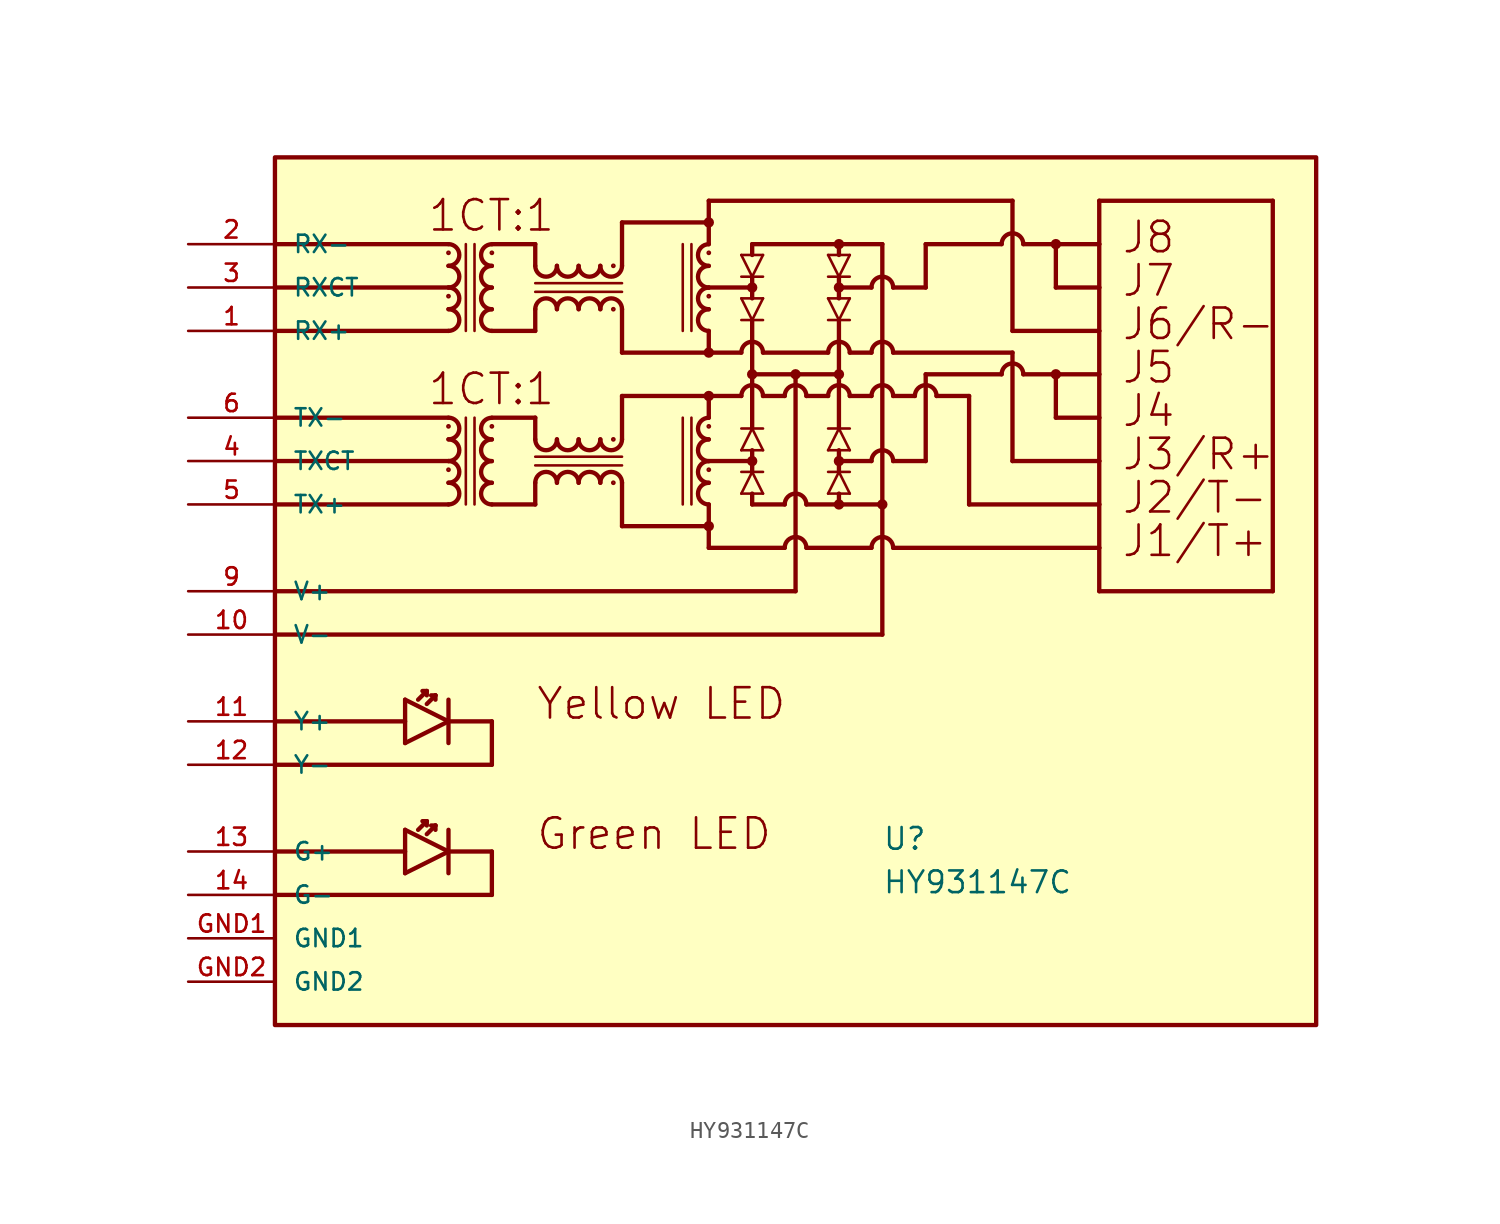
<source format=kicad_sym>
(kicad_symbol_lib
  (version 20211014)
  (generator kicad_symbol_editor)
  (symbol "HY931147C"
    (pin_names
      (offset 1.016))
    (property "Reference" "U"
      (at 7.62 -17.78 0)
      (effects (font (size 1.27 1.27)) (justify left bottom)))
    (property "Value" "HY931147C"
      (at 7.62 -20.32 0)
      (effects (font (size 1.27 1.27)) (justify left bottom)))
    (symbol "HY931147C_0_0"
      (rectangle (start -27.94 -27.94) (end 33.02 22.86) (stroke (width 0.254) (type default) (color 0 0 0 0)) (fill (type background)))
      (arc (start -17.78 2.54) (mid -17.145 3.175) (end -17.78 3.81) (stroke (width 0.254) (type default) (color 0 0 0 0)) (fill (type none)))
      (arc (start -17.78 3.81) (mid -17.145 4.445) (end -17.78 5.08) (stroke (width 0.254) (type default) (color 0 0 0 0)) (fill (type none)))
      (circle (center -17.78 4.572) (radius 0.076) (stroke (width 0.127) (type default) (color 0 0 0 0)) (fill (type none)))
      (arc (start -17.78 5.08) (mid -17.145 5.715) (end -17.78 6.35) (stroke (width 0.254) (type default) (color 0 0 0 0)) (fill (type none)))
      (arc (start -17.78 6.35) (mid -17.145 6.985) (end -17.78 7.62) (stroke (width 0.254) (type default) (color 0 0 0 0)) (fill (type none)))
      (circle (center -17.78 7.112) (radius 0.076) (stroke (width 0.127) (type default) (color 0 0 0 0)) (fill (type none)))
      (arc (start -17.78 12.7) (mid -17.145 13.335) (end -17.78 13.97) (stroke (width 0.254) (type default) (color 0 0 0 0)) (fill (type none)))
      (arc (start -17.78 13.97) (mid -17.145 14.605) (end -17.78 15.24) (stroke (width 0.254) (type default) (color 0 0 0 0)) (fill (type none)))
      (circle (center -17.78 14.732) (radius 0.076) (stroke (width 0.127) (type default) (color 0 0 0 0)) (fill (type none)))
      (arc (start -17.78 15.24) (mid -17.145 15.875) (end -17.78 16.51) (stroke (width 0.254) (type default) (color 0 0 0 0)) (fill (type none)))
      (arc (start -17.78 16.51) (mid -17.145 17.145) (end -17.78 17.78) (stroke (width 0.254) (type default) (color 0 0 0 0)) (fill (type none)))
      (circle (center -17.78 17.272) (radius 0.076) (stroke (width 0.127) (type default) (color 0 0 0 0)) (fill (type none)))
      (arc (start -15.24 3.81) (mid -15.875 3.175) (end -15.24 2.54) (stroke (width 0.254) (type default) (color 0 0 0 0)) (fill (type none)))
      (arc (start -15.24 5.08) (mid -15.875 4.445) (end -15.24 3.81) (stroke (width 0.254) (type default) (color 0 0 0 0)) (fill (type none)))
      (arc (start -15.24 6.35) (mid -15.875 5.715) (end -15.24 5.08) (stroke (width 0.254) (type default) (color 0 0 0 0)) (fill (type none)))
      (circle (center -15.24 7.112) (radius 0.076) (stroke (width 0.127) (type default) (color 0 0 0 0)) (fill (type none)))
      (arc (start -15.24 7.62) (mid -15.875 6.985) (end -15.24 6.35) (stroke (width 0.254) (type default) (color 0 0 0 0)) (fill (type none)))
      (arc (start -15.24 13.97) (mid -15.875 13.335) (end -15.24 12.7) (stroke (width 0.254) (type default) (color 0 0 0 0)) (fill (type none)))
      (arc (start -15.24 15.24) (mid -15.875 14.605) (end -15.24 13.97) (stroke (width 0.254) (type default) (color 0 0 0 0)) (fill (type none)))
      (arc (start -15.24 16.51) (mid -15.875 15.875) (end -15.24 15.24) (stroke (width 0.254) (type default) (color 0 0 0 0)) (fill (type none)))
      (circle (center -15.24 17.272) (radius 0.076) (stroke (width 0.127) (type default) (color 0 0 0 0)) (fill (type none)))
      (arc (start -15.24 17.78) (mid -15.875 17.145) (end -15.24 16.51) (stroke (width 0.254) (type default) (color 0 0 0 0)) (fill (type none)))
      (arc (start -12.7 6.35) (mid -12.065 5.715) (end -11.43 6.35) (stroke (width 0.254) (type default) (color 0 0 0 0)) (fill (type none)))
      (arc (start -12.7 16.51) (mid -12.065 15.875) (end -11.43 16.51) (stroke (width 0.254) (type default) (color 0 0 0 0)) (fill (type none)))
      (arc (start -11.43 3.81) (mid -12.065 4.445) (end -12.7 3.81) (stroke (width 0.254) (type default) (color 0 0 0 0)) (fill (type none)))
      (arc (start -11.43 6.35) (mid -10.795 5.715) (end -10.16 6.35) (stroke (width 0.254) (type default) (color 0 0 0 0)) (fill (type none)))
      (arc (start -11.43 13.97) (mid -12.065 14.605) (end -12.7 13.97) (stroke (width 0.254) (type default) (color 0 0 0 0)) (fill (type none)))
      (arc (start -11.43 16.51) (mid -10.795 15.875) (end -10.16 16.51) (stroke (width 0.254) (type default) (color 0 0 0 0)) (fill (type none)))
      (arc (start -10.16 3.81) (mid -10.795 4.445) (end -11.43 3.81) (stroke (width 0.254) (type default) (color 0 0 0 0)) (fill (type none)))
      (arc (start -10.16 6.35) (mid -9.525 5.715) (end -8.89 6.35) (stroke (width 0.254) (type default) (color 0 0 0 0)) (fill (type none)))
      (arc (start -10.16 13.97) (mid -10.795 14.605) (end -11.43 13.97) (stroke (width 0.254) (type default) (color 0 0 0 0)) (fill (type none)))
      (arc (start -10.16 16.51) (mid -9.525 15.875) (end -8.89 16.51) (stroke (width 0.254) (type default) (color 0 0 0 0)) (fill (type none)))
      (arc (start -8.89 3.81) (mid -9.525 4.445) (end -10.16 3.81) (stroke (width 0.254) (type default) (color 0 0 0 0)) (fill (type none)))
      (arc (start -8.89 6.35) (mid -8.255 5.715) (end -7.62 6.35) (stroke (width 0.254) (type default) (color 0 0 0 0)) (fill (type none)))
      (arc (start -8.89 13.97) (mid -9.525 14.605) (end -10.16 13.97) (stroke (width 0.254) (type default) (color 0 0 0 0)) (fill (type none)))
      (arc (start -8.89 16.51) (mid -8.255 15.875) (end -7.62 16.51) (stroke (width 0.254) (type default) (color 0 0 0 0)) (fill (type none)))
      (circle (center -8.128 3.81) (radius 0.076) (stroke (width 0.127) (type default) (color 0 0 0 0)) (fill (type none)))
      (circle (center -8.128 6.35) (radius 0.076) (stroke (width 0.127) (type default) (color 0 0 0 0)) (fill (type none)))
      (circle (center -8.128 13.97) (radius 0.076) (stroke (width 0.127) (type default) (color 0 0 0 0)) (fill (type none)))
      (circle (center -8.128 16.51) (radius 0.076) (stroke (width 0.127) (type default) (color 0 0 0 0)) (fill (type none)))
      (arc (start -7.62 3.81) (mid -8.255 4.445) (end -8.89 3.81) (stroke (width 0.254) (type default) (color 0 0 0 0)) (fill (type none)))
      (arc (start -7.62 13.97) (mid -8.255 14.605) (end -8.89 13.97) (stroke (width 0.254) (type default) (color 0 0 0 0)) (fill (type none)))
      (circle (center -2.54 1.27) (radius 0.203) (stroke (width 0.203) (type default) (color 0 0 0 0)) (fill (type none)))
      (arc (start -2.54 3.81) (mid -3.175 3.175) (end -2.54 2.54) (stroke (width 0.254) (type default) (color 0 0 0 0)) (fill (type none)))
      (circle (center -2.54 4.572) (radius 0.076) (stroke (width 0.127) (type default) (color 0 0 0 0)) (fill (type none)))
      (arc (start -2.54 5.08) (mid -3.175 4.445) (end -2.54 3.81) (stroke (width 0.254) (type default) (color 0 0 0 0)) (fill (type none)))
      (arc (start -2.54 6.35) (mid -3.175 5.715) (end -2.54 5.08) (stroke (width 0.254) (type default) (color 0 0 0 0)) (fill (type none)))
      (circle (center -2.54 7.112) (radius 0.076) (stroke (width 0.127) (type default) (color 0 0 0 0)) (fill (type none)))
      (arc (start -2.54 7.62) (mid -3.175 6.985) (end -2.54 6.35) (stroke (width 0.254) (type default) (color 0 0 0 0)) (fill (type none)))
      (circle (center -2.54 8.89) (radius 0.203) (stroke (width 0.203) (type default) (color 0 0 0 0)) (fill (type none)))
      (circle (center -2.54 11.43) (radius 0.203) (stroke (width 0.203) (type default) (color 0 0 0 0)) (fill (type none)))
      (arc (start -2.54 13.97) (mid -3.175 13.335) (end -2.54 12.7) (stroke (width 0.254) (type default) (color 0 0 0 0)) (fill (type none)))
      (circle (center -2.54 14.732) (radius 0.076) (stroke (width 0.127) (type default) (color 0 0 0 0)) (fill (type none)))
      (arc (start -2.54 15.24) (mid -3.175 14.605) (end -2.54 13.97) (stroke (width 0.254) (type default) (color 0 0 0 0)) (fill (type none)))
      (arc (start -2.54 16.51) (mid -3.175 15.875) (end -2.54 15.24) (stroke (width 0.254) (type default) (color 0 0 0 0)) (fill (type none)))
      (circle (center -2.54 17.272) (radius 0.076) (stroke (width 0.127) (type default) (color 0 0 0 0)) (fill (type none)))
      (arc (start -2.54 17.78) (mid -3.175 17.145) (end -2.54 16.51) (stroke (width 0.254) (type default) (color 0 0 0 0)) (fill (type none)))
      (circle (center -2.54 19.05) (radius 0.203) (stroke (width 0.203) (type default) (color 0 0 0 0)) (fill (type none)))
      (polyline (pts (xy -27.94 -20.32) (xy -15.24 -20.32)) (stroke (width 0.254) (type default) (color 0 0 0 0)) (fill (type none)))
      (polyline (pts (xy -27.94 -17.78) (xy -20.32 -17.78)) (stroke (width 0.254) (type default) (color 0 0 0 0)) (fill (type none)))
      (polyline (pts (xy -27.94 -12.7) (xy -15.24 -12.7)) (stroke (width 0.254) (type default) (color 0 0 0 0)) (fill (type none)))
      (polyline (pts (xy -27.94 -10.16) (xy -20.32 -10.16)) (stroke (width 0.254) (type default) (color 0 0 0 0)) (fill (type none)))
      (polyline (pts (xy -27.94 -5.08) (xy 7.62 -5.08)) (stroke (width 0.254) (type default) (color 0 0 0 0)) (fill (type none)))
      (polyline (pts (xy -27.94 -2.54) (xy 2.54 -2.54)) (stroke (width 0.254) (type default) (color 0 0 0 0)) (fill (type none)))
      (polyline (pts (xy -27.94 2.54) (xy -17.78 2.54)) (stroke (width 0.254) (type default) (color 0 0 0 0)) (fill (type none)))
      (polyline (pts (xy -27.94 5.08) (xy -17.78 5.08)) (stroke (width 0.254) (type default) (color 0 0 0 0)) (fill (type none)))
      (polyline (pts (xy -27.94 15.24) (xy -17.78 15.24)) (stroke (width 0.254) (type default) (color 0 0 0 0)) (fill (type none)))
      (polyline (pts (xy -27.94 17.78) (xy -17.78 17.78)) (stroke (width 0.254) (type default) (color 0 0 0 0)) (fill (type none)))
      (polyline (pts (xy -20.32 -19.05) (xy -17.78 -17.78)) (stroke (width 0.254) (type default) (color 0 0 0 0)) (fill (type none)))
      (polyline (pts (xy -20.32 -16.51) (xy -20.32 -19.05)) (stroke (width 0.254) (type default) (color 0 0 0 0)) (fill (type none)))
      (polyline (pts (xy -20.32 -11.43) (xy -17.78 -10.16)) (stroke (width 0.254) (type default) (color 0 0 0 0)) (fill (type none)))
      (polyline (pts (xy -20.32 -8.89) (xy -20.32 -11.43)) (stroke (width 0.254) (type default) (color 0 0 0 0)) (fill (type none)))
      (polyline (pts (xy -19.558 -16.51) (xy -19.05 -16.002)) (stroke (width 0.254) (type default) (color 0 0 0 0)) (fill (type none)))
      (polyline (pts (xy -19.558 -8.89) (xy -19.05 -8.382)) (stroke (width 0.254) (type default) (color 0 0 0 0)) (fill (type none)))
      (polyline (pts (xy -19.05 -16.764) (xy -18.542 -16.256)) (stroke (width 0.254) (type default) (color 0 0 0 0)) (fill (type none)))
      (polyline (pts (xy -19.05 -16.256) (xy -19.05 -16.002)) (stroke (width 0.254) (type default) (color 0 0 0 0)) (fill (type none)))
      (polyline (pts (xy -19.05 -16.002) (xy -19.304 -16.002)) (stroke (width 0.254) (type default) (color 0 0 0 0)) (fill (type none)))
      (polyline (pts (xy -19.05 -9.144) (xy -18.542 -8.636)) (stroke (width 0.254) (type default) (color 0 0 0 0)) (fill (type none)))
      (polyline (pts (xy -19.05 -8.636) (xy -19.05 -8.382)) (stroke (width 0.254) (type default) (color 0 0 0 0)) (fill (type none)))
      (polyline (pts (xy -19.05 -8.382) (xy -19.304 -8.382)) (stroke (width 0.254) (type default) (color 0 0 0 0)) (fill (type none)))
      (polyline (pts (xy -18.796 -16.256) (xy -18.542 -16.256)) (stroke (width 0.254) (type default) (color 0 0 0 0)) (fill (type none)))
      (polyline (pts (xy -18.796 -8.636) (xy -18.542 -8.636)) (stroke (width 0.254) (type default) (color 0 0 0 0)) (fill (type none)))
      (polyline (pts (xy -18.542 -16.256) (xy -18.542 -16.51)) (stroke (width 0.254) (type default) (color 0 0 0 0)) (fill (type none)))
      (polyline (pts (xy -18.542 -8.636) (xy -18.542 -8.89)) (stroke (width 0.254) (type default) (color 0 0 0 0)) (fill (type none)))
      (polyline (pts (xy -17.78 -17.78) (xy -20.32 -16.51)) (stroke (width 0.254) (type default) (color 0 0 0 0)) (fill (type none)))
      (polyline (pts (xy -17.78 -17.78) (xy -17.78 -19.05)) (stroke (width 0.254) (type default) (color 0 0 0 0)) (fill (type none)))
      (polyline (pts (xy -17.78 -16.51) (xy -17.78 -17.78)) (stroke (width 0.254) (type default) (color 0 0 0 0)) (fill (type none)))
      (polyline (pts (xy -17.78 -10.16) (xy -20.32 -8.89)) (stroke (width 0.254) (type default) (color 0 0 0 0)) (fill (type none)))
      (polyline (pts (xy -17.78 -10.16) (xy -17.78 -11.43)) (stroke (width 0.254) (type default) (color 0 0 0 0)) (fill (type none)))
      (polyline (pts (xy -17.78 -8.89) (xy -17.78 -10.16)) (stroke (width 0.254) (type default) (color 0 0 0 0)) (fill (type none)))
      (polyline (pts (xy -17.78 7.62) (xy -27.94 7.62)) (stroke (width 0.254) (type default) (color 0 0 0 0)) (fill (type none)))
      (polyline (pts (xy -17.78 12.7) (xy -27.94 12.7)) (stroke (width 0.254) (type default) (color 0 0 0 0)) (fill (type none)))
      (polyline (pts (xy -16.764 2.54) (xy -16.764 7.62)) (stroke (width 0.152) (type default) (color 0 0 0 0)) (fill (type none)))
      (polyline (pts (xy -16.764 12.7) (xy -16.764 17.78)) (stroke (width 0.152) (type default) (color 0 0 0 0)) (fill (type none)))
      (polyline (pts (xy -16.256 2.54) (xy -16.256 7.62)) (stroke (width 0.152) (type default) (color 0 0 0 0)) (fill (type none)))
      (polyline (pts (xy -16.256 12.7) (xy -16.256 17.78)) (stroke (width 0.152) (type default) (color 0 0 0 0)) (fill (type none)))
      (polyline (pts (xy -15.24 -20.32) (xy -15.24 -17.78)) (stroke (width 0.254) (type default) (color 0 0 0 0)) (fill (type none)))
      (polyline (pts (xy -15.24 -17.78) (xy -17.78 -17.78)) (stroke (width 0.254) (type default) (color 0 0 0 0)) (fill (type none)))
      (polyline (pts (xy -15.24 -12.7) (xy -15.24 -10.16)) (stroke (width 0.254) (type default) (color 0 0 0 0)) (fill (type none)))
      (polyline (pts (xy -15.24 -10.16) (xy -17.78 -10.16)) (stroke (width 0.254) (type default) (color 0 0 0 0)) (fill (type none)))
      (polyline (pts (xy -15.24 2.54) (xy -12.7 2.54)) (stroke (width 0.254) (type default) (color 0 0 0 0)) (fill (type none)))
      (polyline (pts (xy -15.24 7.62) (xy -12.7 7.62)) (stroke (width 0.254) (type default) (color 0 0 0 0)) (fill (type none)))
      (polyline (pts (xy -15.24 12.7) (xy -12.7 12.7)) (stroke (width 0.254) (type default) (color 0 0 0 0)) (fill (type none)))
      (polyline (pts (xy -15.24 17.78) (xy -12.7 17.78)) (stroke (width 0.254) (type default) (color 0 0 0 0)) (fill (type none)))
      (polyline (pts (xy -12.7 2.54) (xy -12.7 3.81)) (stroke (width 0.254) (type default) (color 0 0 0 0)) (fill (type none)))
      (polyline (pts (xy -12.7 4.826) (xy -7.62 4.826)) (stroke (width 0.152) (type default) (color 0 0 0 0)) (fill (type none)))
      (polyline (pts (xy -12.7 5.334) (xy -7.62 5.334)) (stroke (width 0.152) (type default) (color 0 0 0 0)) (fill (type none)))
      (polyline (pts (xy -12.7 7.62) (xy -12.7 6.35)) (stroke (width 0.254) (type default) (color 0 0 0 0)) (fill (type none)))
      (polyline (pts (xy -12.7 12.7) (xy -12.7 13.97)) (stroke (width 0.254) (type default) (color 0 0 0 0)) (fill (type none)))
      (polyline (pts (xy -12.7 14.986) (xy -7.62 14.986)) (stroke (width 0.152) (type default) (color 0 0 0 0)) (fill (type none)))
      (polyline (pts (xy -12.7 15.494) (xy -7.62 15.494)) (stroke (width 0.152) (type default) (color 0 0 0 0)) (fill (type none)))
      (polyline (pts (xy -12.7 17.78) (xy -12.7 16.51)) (stroke (width 0.254) (type default) (color 0 0 0 0)) (fill (type none)))
      (polyline (pts (xy -7.62 1.27) (xy -2.54 1.27)) (stroke (width 0.254) (type default) (color 0 0 0 0)) (fill (type none)))
      (polyline (pts (xy -7.62 3.81) (xy -7.62 1.27)) (stroke (width 0.254) (type default) (color 0 0 0 0)) (fill (type none)))
      (polyline (pts (xy -7.62 6.35) (xy -7.62 8.89)) (stroke (width 0.254) (type default) (color 0 0 0 0)) (fill (type none)))
      (polyline (pts (xy -7.62 8.89) (xy -2.54 8.89)) (stroke (width 0.254) (type default) (color 0 0 0 0)) (fill (type none)))
      (polyline (pts (xy -7.62 11.43) (xy -2.54 11.43)) (stroke (width 0.254) (type default) (color 0 0 0 0)) (fill (type none)))
      (polyline (pts (xy -7.62 13.97) (xy -7.62 11.43)) (stroke (width 0.254) (type default) (color 0 0 0 0)) (fill (type none)))
      (polyline (pts (xy -7.62 16.51) (xy -7.62 19.05)) (stroke (width 0.254) (type default) (color 0 0 0 0)) (fill (type none)))
      (polyline (pts (xy -7.62 19.05) (xy -2.54 19.05)) (stroke (width 0.254) (type default) (color 0 0 0 0)) (fill (type none)))
      (polyline (pts (xy -4.064 7.62) (xy -4.064 2.54)) (stroke (width 0.152) (type default) (color 0 0 0 0)) (fill (type none)))
      (polyline (pts (xy -4.064 17.78) (xy -4.064 12.7)) (stroke (width 0.152) (type default) (color 0 0 0 0)) (fill (type none)))
      (polyline (pts (xy -3.556 7.62) (xy -3.556 2.54)) (stroke (width 0.152) (type default) (color 0 0 0 0)) (fill (type none)))
      (polyline (pts (xy -3.556 17.78) (xy -3.556 12.7)) (stroke (width 0.152) (type default) (color 0 0 0 0)) (fill (type none)))
      (polyline (pts (xy -2.54 0) (xy 1.905 0)) (stroke (width 0.254) (type default) (color 0 0 0 0)) (fill (type none)))
      (polyline (pts (xy -2.54 1.27) (xy -2.54 0)) (stroke (width 0.254) (type default) (color 0 0 0 0)) (fill (type none)))
      (polyline (pts (xy -2.54 1.27) (xy -2.54 2.54)) (stroke (width 0.254) (type default) (color 0 0 0 0)) (fill (type none)))
      (polyline (pts (xy -2.54 8.89) (xy -2.54 7.62)) (stroke (width 0.254) (type default) (color 0 0 0 0)) (fill (type none)))
      (polyline (pts (xy -2.54 8.89) (xy -0.635 8.89)) (stroke (width 0.254) (type default) (color 0 0 0 0)) (fill (type none)))
      (polyline (pts (xy -2.54 12.7) (xy -2.54 11.43)) (stroke (width 0.254) (type default) (color 0 0 0 0)) (fill (type none)))
      (polyline (pts (xy -2.54 19.05) (xy -2.54 17.78)) (stroke (width 0.254) (type default) (color 0 0 0 0)) (fill (type none)))
      (polyline (pts (xy -2.54 19.05) (xy -2.54 20.32)) (stroke (width 0.254) (type default) (color 0 0 0 0)) (fill (type none)))
      (polyline (pts (xy -2.54 20.32) (xy 15.24 20.32)) (stroke (width 0.254) (type default) (color 0 0 0 0)) (fill (type none)))
      (polyline (pts (xy -0.635 3.175) (xy 0 3.175)) (stroke (width 0.152) (type default) (color 0 0 0 0)) (fill (type none)))
      (polyline (pts (xy -0.635 4.445) (xy 0 4.445)) (stroke (width 0.152) (type default) (color 0 0 0 0)) (fill (type none)))
      (polyline (pts (xy -0.635 5.715) (xy 0 5.715)) (stroke (width 0.152) (type default) (color 0 0 0 0)) (fill (type none)))
      (polyline (pts (xy -0.635 6.985) (xy 0 6.985)) (stroke (width 0.152) (type default) (color 0 0 0 0)) (fill (type none)))
      (polyline (pts (xy -0.635 11.43) (xy -2.54 11.43)) (stroke (width 0.254) (type default) (color 0 0 0 0)) (fill (type none)))
      (polyline (pts (xy -0.635 14.605) (xy 0 13.335)) (stroke (width 0.152) (type default) (color 0 0 0 0)) (fill (type none)))
      (polyline (pts (xy -0.635 17.145) (xy 0 15.875)) (stroke (width 0.152) (type default) (color 0 0 0 0)) (fill (type none)))
      (polyline (pts (xy 0 2.54) (xy 1.905 2.54)) (stroke (width 0.254) (type default) (color 0 0 0 0)) (fill (type none)))
      (polyline (pts (xy 0 3.175) (xy 0 2.54)) (stroke (width 0.254) (type default) (color 0 0 0 0)) (fill (type none)))
      (polyline (pts (xy 0 3.175) (xy 0.635 3.175)) (stroke (width 0.152) (type default) (color 0 0 0 0)) (fill (type none)))
      (polyline (pts (xy 0 4.445) (xy -0.635 3.175)) (stroke (width 0.152) (type default) (color 0 0 0 0)) (fill (type none)))
      (polyline (pts (xy 0 4.445) (xy 0 5.08)) (stroke (width 0.254) (type default) (color 0 0 0 0)) (fill (type none)))
      (polyline (pts (xy 0 4.445) (xy 0.635 4.445)) (stroke (width 0.152) (type default) (color 0 0 0 0)) (fill (type none)))
      (polyline (pts (xy 0 5.08) (xy -2.54 5.08)) (stroke (width 0.254) (type default) (color 0 0 0 0)) (fill (type none)))
      (polyline (pts (xy 0 5.08) (xy 0 5.715)) (stroke (width 0.254) (type default) (color 0 0 0 0)) (fill (type none)))
      (polyline (pts (xy 0 5.715) (xy 0.635 5.715)) (stroke (width 0.152) (type default) (color 0 0 0 0)) (fill (type none)))
      (polyline (pts (xy 0 6.985) (xy -0.635 5.715)) (stroke (width 0.152) (type default) (color 0 0 0 0)) (fill (type none)))
      (polyline (pts (xy 0 6.985) (xy 0.635 6.985)) (stroke (width 0.152) (type default) (color 0 0 0 0)) (fill (type none)))
      (polyline (pts (xy 0 10.16) (xy 0 6.985)) (stroke (width 0.254) (type default) (color 0 0 0 0)) (fill (type none)))
      (polyline (pts (xy 0 10.16) (xy 2.54 10.16)) (stroke (width 0.254) (type default) (color 0 0 0 0)) (fill (type none)))
      (polyline (pts (xy 0 13.335) (xy -0.635 13.335)) (stroke (width 0.152) (type default) (color 0 0 0 0)) (fill (type none)))
      (polyline (pts (xy 0 13.335) (xy 0 10.16)) (stroke (width 0.254) (type default) (color 0 0 0 0)) (fill (type none)))
      (polyline (pts (xy 0 13.335) (xy 0.635 14.605)) (stroke (width 0.152) (type default) (color 0 0 0 0)) (fill (type none)))
      (polyline (pts (xy 0 14.605) (xy -0.635 14.605)) (stroke (width 0.152) (type default) (color 0 0 0 0)) (fill (type none)))
      (polyline (pts (xy 0 15.24) (xy -2.54 15.24)) (stroke (width 0.254) (type default) (color 0 0 0 0)) (fill (type none)))
      (polyline (pts (xy 0 15.24) (xy 0 14.605)) (stroke (width 0.254) (type default) (color 0 0 0 0)) (fill (type none)))
      (polyline (pts (xy 0 15.875) (xy -0.635 15.875)) (stroke (width 0.152) (type default) (color 0 0 0 0)) (fill (type none)))
      (polyline (pts (xy 0 15.875) (xy 0 15.24)) (stroke (width 0.254) (type default) (color 0 0 0 0)) (fill (type none)))
      (polyline (pts (xy 0 15.875) (xy 0.635 17.145)) (stroke (width 0.152) (type default) (color 0 0 0 0)) (fill (type none)))
      (polyline (pts (xy 0 17.145) (xy -0.635 17.145)) (stroke (width 0.152) (type default) (color 0 0 0 0)) (fill (type none)))
      (polyline (pts (xy 0 17.145) (xy 0 17.78)) (stroke (width 0.254) (type default) (color 0 0 0 0)) (fill (type none)))
      (polyline (pts (xy 0 17.78) (xy 5.08 17.78)) (stroke (width 0.254) (type default) (color 0 0 0 0)) (fill (type none)))
      (polyline (pts (xy 0.635 3.175) (xy 0 4.445)) (stroke (width 0.152) (type default) (color 0 0 0 0)) (fill (type none)))
      (polyline (pts (xy 0.635 5.715) (xy 0 6.985)) (stroke (width 0.152) (type default) (color 0 0 0 0)) (fill (type none)))
      (polyline (pts (xy 0.635 8.89) (xy 1.905 8.89)) (stroke (width 0.254) (type default) (color 0 0 0 0)) (fill (type none)))
      (polyline (pts (xy 0.635 11.43) (xy 4.445 11.43)) (stroke (width 0.254) (type default) (color 0 0 0 0)) (fill (type none)))
      (polyline (pts (xy 0.635 13.335) (xy 0 13.335)) (stroke (width 0.152) (type default) (color 0 0 0 0)) (fill (type none)))
      (polyline (pts (xy 0.635 14.605) (xy 0 14.605)) (stroke (width 0.152) (type default) (color 0 0 0 0)) (fill (type none)))
      (polyline (pts (xy 0.635 15.875) (xy 0 15.875)) (stroke (width 0.152) (type default) (color 0 0 0 0)) (fill (type none)))
      (polyline (pts (xy 0.635 17.145) (xy 0 17.145)) (stroke (width 0.152) (type default) (color 0 0 0 0)) (fill (type none)))
      (polyline (pts (xy 2.54 -2.54) (xy 2.54 10.16)) (stroke (width 0.254) (type default) (color 0 0 0 0)) (fill (type none)))
      (polyline (pts (xy 2.54 10.16) (xy 5.08 10.16)) (stroke (width 0.254) (type default) (color 0 0 0 0)) (fill (type none)))
      (polyline (pts (xy 3.175 0) (xy 6.985 0)) (stroke (width 0.254) (type default) (color 0 0 0 0)) (fill (type none)))
      (polyline (pts (xy 3.175 2.54) (xy 5.08 2.54)) (stroke (width 0.254) (type default) (color 0 0 0 0)) (fill (type none)))
      (polyline (pts (xy 3.175 8.89) (xy 4.445 8.89)) (stroke (width 0.254) (type default) (color 0 0 0 0)) (fill (type none)))
      (polyline (pts (xy 4.445 3.175) (xy 5.08 3.175)) (stroke (width 0.152) (type default) (color 0 0 0 0)) (fill (type none)))
      (polyline (pts (xy 4.445 4.445) (xy 5.08 4.445)) (stroke (width 0.152) (type default) (color 0 0 0 0)) (fill (type none)))
      (polyline (pts (xy 4.445 5.715) (xy 5.08 5.715)) (stroke (width 0.152) (type default) (color 0 0 0 0)) (fill (type none)))
      (polyline (pts (xy 4.445 6.985) (xy 5.08 6.985)) (stroke (width 0.152) (type default) (color 0 0 0 0)) (fill (type none)))
      (polyline (pts (xy 4.445 14.605) (xy 5.08 13.335)) (stroke (width 0.152) (type default) (color 0 0 0 0)) (fill (type none)))
      (polyline (pts (xy 4.445 17.145) (xy 5.08 15.875)) (stroke (width 0.152) (type default) (color 0 0 0 0)) (fill (type none)))
      (polyline (pts (xy 5.08 2.54) (xy 7.62 2.54)) (stroke (width 0.254) (type default) (color 0 0 0 0)) (fill (type none)))
      (polyline (pts (xy 5.08 3.175) (xy 5.08 2.54)) (stroke (width 0.254) (type default) (color 0 0 0 0)) (fill (type none)))
      (polyline (pts (xy 5.08 3.175) (xy 5.715 3.175)) (stroke (width 0.152) (type default) (color 0 0 0 0)) (fill (type none)))
      (polyline (pts (xy 5.08 4.445) (xy 4.445 3.175)) (stroke (width 0.152) (type default) (color 0 0 0 0)) (fill (type none)))
      (polyline (pts (xy 5.08 4.445) (xy 5.08 5.08)) (stroke (width 0.254) (type default) (color 0 0 0 0)) (fill (type none)))
      (polyline (pts (xy 5.08 4.445) (xy 5.715 4.445)) (stroke (width 0.152) (type default) (color 0 0 0 0)) (fill (type none)))
      (polyline (pts (xy 5.08 5.08) (xy 5.08 5.715)) (stroke (width 0.254) (type default) (color 0 0 0 0)) (fill (type none)))
      (polyline (pts (xy 5.08 5.08) (xy 6.985 5.08)) (stroke (width 0.254) (type default) (color 0 0 0 0)) (fill (type none)))
      (polyline (pts (xy 5.08 5.715) (xy 5.715 5.715)) (stroke (width 0.152) (type default) (color 0 0 0 0)) (fill (type none)))
      (polyline (pts (xy 5.08 6.985) (xy 4.445 5.715)) (stroke (width 0.152) (type default) (color 0 0 0 0)) (fill (type none)))
      (polyline (pts (xy 5.08 6.985) (xy 5.715 6.985)) (stroke (width 0.152) (type default) (color 0 0 0 0)) (fill (type none)))
      (polyline (pts (xy 5.08 10.16) (xy 5.08 6.985)) (stroke (width 0.254) (type default) (color 0 0 0 0)) (fill (type none)))
      (polyline (pts (xy 5.08 13.335) (xy 4.445 13.335)) (stroke (width 0.152) (type default) (color 0 0 0 0)) (fill (type none)))
      (polyline (pts (xy 5.08 13.335) (xy 5.08 10.16)) (stroke (width 0.254) (type default) (color 0 0 0 0)) (fill (type none)))
      (polyline (pts (xy 5.08 13.335) (xy 5.715 14.605)) (stroke (width 0.152) (type default) (color 0 0 0 0)) (fill (type none)))
      (polyline (pts (xy 5.08 14.605) (xy 4.445 14.605)) (stroke (width 0.152) (type default) (color 0 0 0 0)) (fill (type none)))
      (polyline (pts (xy 5.08 15.24) (xy 5.08 14.605)) (stroke (width 0.254) (type default) (color 0 0 0 0)) (fill (type none)))
      (polyline (pts (xy 5.08 15.24) (xy 6.985 15.24)) (stroke (width 0.254) (type default) (color 0 0 0 0)) (fill (type none)))
      (polyline (pts (xy 5.08 15.875) (xy 4.445 15.875)) (stroke (width 0.152) (type default) (color 0 0 0 0)) (fill (type none)))
      (polyline (pts (xy 5.08 15.875) (xy 5.08 15.24)) (stroke (width 0.254) (type default) (color 0 0 0 0)) (fill (type none)))
      (polyline (pts (xy 5.08 15.875) (xy 5.715 17.145)) (stroke (width 0.152) (type default) (color 0 0 0 0)) (fill (type none)))
      (polyline (pts (xy 5.08 17.145) (xy 4.445 17.145)) (stroke (width 0.152) (type default) (color 0 0 0 0)) (fill (type none)))
      (polyline (pts (xy 5.08 17.145) (xy 5.08 17.78)) (stroke (width 0.254) (type default) (color 0 0 0 0)) (fill (type none)))
      (polyline (pts (xy 5.715 3.175) (xy 5.08 4.445)) (stroke (width 0.152) (type default) (color 0 0 0 0)) (fill (type none)))
      (polyline (pts (xy 5.715 5.715) (xy 5.08 6.985)) (stroke (width 0.152) (type default) (color 0 0 0 0)) (fill (type none)))
      (polyline (pts (xy 5.715 8.89) (xy 6.985 8.89)) (stroke (width 0.254) (type default) (color 0 0 0 0)) (fill (type none)))
      (polyline (pts (xy 5.715 11.43) (xy 6.985 11.43)) (stroke (width 0.254) (type default) (color 0 0 0 0)) (fill (type none)))
      (polyline (pts (xy 5.715 13.335) (xy 5.08 13.335)) (stroke (width 0.152) (type default) (color 0 0 0 0)) (fill (type none)))
      (polyline (pts (xy 5.715 14.605) (xy 5.08 14.605)) (stroke (width 0.152) (type default) (color 0 0 0 0)) (fill (type none)))
      (polyline (pts (xy 5.715 15.875) (xy 5.08 15.875)) (stroke (width 0.152) (type default) (color 0 0 0 0)) (fill (type none)))
      (polyline (pts (xy 5.715 17.145) (xy 5.08 17.145)) (stroke (width 0.152) (type default) (color 0 0 0 0)) (fill (type none)))
      (polyline (pts (xy 7.62 -5.08) (xy 7.62 2.54)) (stroke (width 0.254) (type default) (color 0 0 0 0)) (fill (type none)))
      (polyline (pts (xy 7.62 2.54) (xy 7.62 17.78)) (stroke (width 0.254) (type default) (color 0 0 0 0)) (fill (type none)))
      (polyline (pts (xy 7.62 17.78) (xy 5.08 17.78)) (stroke (width 0.254) (type default) (color 0 0 0 0)) (fill (type none)))
      (polyline (pts (xy 8.255 0) (xy 20.32 0)) (stroke (width 0.254) (type default) (color 0 0 0 0)) (fill (type none)))
      (polyline (pts (xy 8.255 5.08) (xy 10.16 5.08)) (stroke (width 0.254) (type default) (color 0 0 0 0)) (fill (type none)))
      (polyline (pts (xy 8.255 8.89) (xy 9.525 8.89)) (stroke (width 0.254) (type default) (color 0 0 0 0)) (fill (type none)))
      (polyline (pts (xy 8.255 11.43) (xy 15.24 11.43)) (stroke (width 0.254) (type default) (color 0 0 0 0)) (fill (type none)))
      (polyline (pts (xy 8.255 15.24) (xy 10.16 15.24)) (stroke (width 0.254) (type default) (color 0 0 0 0)) (fill (type none)))
      (polyline (pts (xy 10.16 5.08) (xy 10.16 10.16)) (stroke (width 0.254) (type default) (color 0 0 0 0)) (fill (type none)))
      (polyline (pts (xy 10.16 10.16) (xy 14.605 10.16)) (stroke (width 0.254) (type default) (color 0 0 0 0)) (fill (type none)))
      (polyline (pts (xy 10.16 15.24) (xy 10.16 17.78)) (stroke (width 0.254) (type default) (color 0 0 0 0)) (fill (type none)))
      (polyline (pts (xy 10.16 17.78) (xy 14.605 17.78)) (stroke (width 0.254) (type default) (color 0 0 0 0)) (fill (type none)))
      (polyline (pts (xy 10.795 8.89) (xy 12.7 8.89)) (stroke (width 0.254) (type default) (color 0 0 0 0)) (fill (type none)))
      (polyline (pts (xy 12.7 2.54) (xy 20.32 2.54)) (stroke (width 0.254) (type default) (color 0 0 0 0)) (fill (type none)))
      (polyline (pts (xy 12.7 8.89) (xy 12.7 2.54)) (stroke (width 0.254) (type default) (color 0 0 0 0)) (fill (type none)))
      (polyline (pts (xy 15.24 5.08) (xy 20.32 5.08)) (stroke (width 0.254) (type default) (color 0 0 0 0)) (fill (type none)))
      (polyline (pts (xy 15.24 11.43) (xy 15.24 5.08)) (stroke (width 0.254) (type default) (color 0 0 0 0)) (fill (type none)))
      (polyline (pts (xy 15.24 12.7) (xy 20.32 12.7)) (stroke (width 0.254) (type default) (color 0 0 0 0)) (fill (type none)))
      (polyline (pts (xy 15.24 20.32) (xy 15.24 12.7)) (stroke (width 0.254) (type default) (color 0 0 0 0)) (fill (type none)))
      (polyline (pts (xy 15.875 10.16) (xy 17.78 10.16)) (stroke (width 0.254) (type default) (color 0 0 0 0)) (fill (type none)))
      (polyline (pts (xy 15.875 17.78) (xy 17.78 17.78)) (stroke (width 0.254) (type default) (color 0 0 0 0)) (fill (type none)))
      (polyline (pts (xy 17.78 7.62) (xy 17.78 10.16)) (stroke (width 0.254) (type default) (color 0 0 0 0)) (fill (type none)))
      (polyline (pts (xy 17.78 10.16) (xy 20.32 10.16)) (stroke (width 0.254) (type default) (color 0 0 0 0)) (fill (type none)))
      (polyline (pts (xy 17.78 15.24) (xy 20.32 15.24)) (stroke (width 0.254) (type default) (color 0 0 0 0)) (fill (type none)))
      (polyline (pts (xy 17.78 17.78) (xy 17.78 15.24)) (stroke (width 0.254) (type default) (color 0 0 0 0)) (fill (type none)))
      (polyline (pts (xy 20.32 -2.54) (xy 30.48 -2.54)) (stroke (width 0.254) (type default) (color 0 0 0 0)) (fill (type none)))
      (polyline (pts (xy 20.32 0) (xy 20.32 -2.54)) (stroke (width 0.254) (type default) (color 0 0 0 0)) (fill (type none)))
      (polyline (pts (xy 20.32 2.54) (xy 20.32 0)) (stroke (width 0.254) (type default) (color 0 0 0 0)) (fill (type none)))
      (polyline (pts (xy 20.32 5.08) (xy 20.32 2.54)) (stroke (width 0.254) (type default) (color 0 0 0 0)) (fill (type none)))
      (polyline (pts (xy 20.32 7.62) (xy 17.78 7.62)) (stroke (width 0.254) (type default) (color 0 0 0 0)) (fill (type none)))
      (polyline (pts (xy 20.32 7.62) (xy 20.32 5.08)) (stroke (width 0.254) (type default) (color 0 0 0 0)) (fill (type none)))
      (polyline (pts (xy 20.32 10.16) (xy 20.32 7.62)) (stroke (width 0.254) (type default) (color 0 0 0 0)) (fill (type none)))
      (polyline (pts (xy 20.32 12.7) (xy 20.32 10.16)) (stroke (width 0.254) (type default) (color 0 0 0 0)) (fill (type none)))
      (polyline (pts (xy 20.32 15.24) (xy 20.32 12.7)) (stroke (width 0.254) (type default) (color 0 0 0 0)) (fill (type none)))
      (polyline (pts (xy 20.32 17.78) (xy 17.78 17.78)) (stroke (width 0.254) (type default) (color 0 0 0 0)) (fill (type none)))
      (polyline (pts (xy 20.32 17.78) (xy 20.32 15.24)) (stroke (width 0.254) (type default) (color 0 0 0 0)) (fill (type none)))
      (polyline (pts (xy 20.32 20.32) (xy 20.32 17.78)) (stroke (width 0.254) (type default) (color 0 0 0 0)) (fill (type none)))
      (polyline (pts (xy 30.48 -2.54) (xy 30.48 20.32)) (stroke (width 0.254) (type default) (color 0 0 0 0)) (fill (type none)))
      (polyline (pts (xy 30.48 20.32) (xy 20.32 20.32)) (stroke (width 0.254) (type default) (color 0 0 0 0)) (fill (type none)))
      (circle (center 0 5.08) (radius 0.203) (stroke (width 0.203) (type default) (color 0 0 0 0)) (fill (type none)))
      (circle (center 0 10.16) (radius 0.203) (stroke (width 0.203) (type default) (color 0 0 0 0)) (fill (type none)))
      (circle (center 0 15.24) (radius 0.203) (stroke (width 0.203) (type default) (color 0 0 0 0)) (fill (type none)))
      (arc (start 0.635 8.89) (mid 0 9.525) (end -0.635 8.89) (stroke (width 0.254) (type default) (color 0 0 0 0)) (fill (type none)))
      (arc (start 0.635 11.43) (mid 0 12.065) (end -0.635 11.43) (stroke (width 0.254) (type default) (color 0 0 0 0)) (fill (type none)))
      (circle (center 2.54 10.16) (radius 0.203) (stroke (width 0.203) (type default) (color 0 0 0 0)) (fill (type none)))
      (arc (start 3.175 0) (mid 2.54 0.635) (end 1.905 0) (stroke (width 0.254) (type default) (color 0 0 0 0)) (fill (type none)))
      (arc (start 3.175 2.54) (mid 2.54 3.175) (end 1.905 2.54) (stroke (width 0.254) (type default) (color 0 0 0 0)) (fill (type none)))
      (arc (start 3.175 8.89) (mid 2.54 9.525) (end 1.905 8.89) (stroke (width 0.254) (type default) (color 0 0 0 0)) (fill (type none)))
      (circle (center 5.08 2.54) (radius 0.203) (stroke (width 0.203) (type default) (color 0 0 0 0)) (fill (type none)))
      (circle (center 5.08 5.08) (radius 0.203) (stroke (width 0.203) (type default) (color 0 0 0 0)) (fill (type none)))
      (circle (center 5.08 10.16) (radius 0.203) (stroke (width 0.203) (type default) (color 0 0 0 0)) (fill (type none)))
      (circle (center 5.08 15.24) (radius 0.203) (stroke (width 0.203) (type default) (color 0 0 0 0)) (fill (type none)))
      (circle (center 5.08 17.78) (radius 0.203) (stroke (width 0.203) (type default) (color 0 0 0 0)) (fill (type none)))
      (arc (start 5.715 8.89) (mid 5.08 9.525) (end 4.445 8.89) (stroke (width 0.254) (type default) (color 0 0 0 0)) (fill (type none)))
      (arc (start 5.715 11.43) (mid 5.08 12.065) (end 4.445 11.43) (stroke (width 0.254) (type default) (color 0 0 0 0)) (fill (type none)))
      (circle (center 7.62 2.54) (radius 0.203) (stroke (width 0.203) (type default) (color 0 0 0 0)) (fill (type none)))
      (arc (start 8.255 0) (mid 7.62 0.635) (end 6.985 0) (stroke (width 0.254) (type default) (color 0 0 0 0)) (fill (type none)))
      (arc (start 8.255 5.08) (mid 7.62 5.715) (end 6.985 5.08) (stroke (width 0.254) (type default) (color 0 0 0 0)) (fill (type none)))
      (arc (start 8.255 8.89) (mid 7.62 9.525) (end 6.985 8.89) (stroke (width 0.254) (type default) (color 0 0 0 0)) (fill (type none)))
      (arc (start 8.255 11.43) (mid 7.62 12.065) (end 6.985 11.43) (stroke (width 0.254) (type default) (color 0 0 0 0)) (fill (type none)))
      (arc (start 8.255 15.24) (mid 7.62 15.875) (end 6.985 15.24) (stroke (width 0.254) (type default) (color 0 0 0 0)) (fill (type none)))
      (arc (start 10.795 8.89) (mid 10.16 9.525) (end 9.525 8.89) (stroke (width 0.254) (type default) (color 0 0 0 0)) (fill (type none)))
      (arc (start 15.875 10.16) (mid 15.24 10.795) (end 14.605 10.16) (stroke (width 0.254) (type default) (color 0 0 0 0)) (fill (type none)))
      (arc (start 15.875 17.78) (mid 15.24 18.415) (end 14.605 17.78) (stroke (width 0.254) (type default) (color 0 0 0 0)) (fill (type none)))
      (circle (center 17.78 10.16) (radius 0.203) (stroke (width 0.203) (type default) (color 0 0 0 0)) (fill (type none)))
      (circle (center 17.78 17.78) (radius 0.203) (stroke (width 0.203) (type default) (color 0 0 0 0)) (fill (type none)))
      (text "1CT:1" (at -19.05 8.255 0) (effects (font (size 1.778 1.778)) (justify left bottom)))
      (text "1CT:1" (at -19.05 18.415 0) (effects (font (size 1.778 1.778)) (justify left bottom)))
      (text "Green LED" (at -12.7 -17.78 0) (effects (font (size 1.778 1.778)) (justify left bottom)))
      (text "J1/T+" (at 21.59 -0.635 0) (effects (font (size 1.778 1.778)) (justify left bottom)))
      (text "J2/T-" (at 21.59 1.905 0) (effects (font (size 1.778 1.778)) (justify left bottom)))
      (text "J3/R+" (at 21.59 4.445 0) (effects (font (size 1.778 1.778)) (justify left bottom)))
      (text "J4" (at 21.59 6.985 0) (effects (font (size 1.778 1.778)) (justify left bottom)))
      (text "J5" (at 21.59 9.525 0) (effects (font (size 1.778 1.778)) (justify left bottom)))
      (text "J6/R-" (at 21.59 12.065 0) (effects (font (size 1.778 1.778)) (justify left bottom)))
      (text "J7" (at 21.59 14.605 0) (effects (font (size 1.778 1.778)) (justify left bottom)))
      (text "J8" (at 21.59 17.145 0) (effects (font (size 1.778 1.778)) (justify left bottom)))
      (text "Yellow LED" (at -12.7 -10.16 0) (effects (font (size 1.778 1.778)) (justify left bottom)))
      (pin bidirectional line (at -33.02 12.7 0) (length 5.08) (name "RX+" (effects (font (size 1.016 1.016)))) (number "1" (effects (font (size 1.016 1.016)))))
      (pin bidirectional line (at -33.02 -5.08 0) (length 5.08) (name "V-" (effects (font (size 1.016 1.016)))) (number "10" (effects (font (size 1.016 1.016)))))
      (pin bidirectional line (at -33.02 -10.16 0) (length 5.08) (name "Y+" (effects (font (size 1.016 1.016)))) (number "11" (effects (font (size 1.016 1.016)))))
      (pin bidirectional line (at -33.02 -12.7 0) (length 5.08) (name "Y-" (effects (font (size 1.016 1.016)))) (number "12" (effects (font (size 1.016 1.016)))))
      (pin bidirectional line (at -33.02 -17.78 0) (length 5.08) (name "G+" (effects (font (size 1.016 1.016)))) (number "13" (effects (font (size 1.016 1.016)))))
      (pin bidirectional line (at -33.02 -20.32 0) (length 5.08) (name "G-" (effects (font (size 1.016 1.016)))) (number "14" (effects (font (size 1.016 1.016)))))
      (pin bidirectional line (at -33.02 17.78 0) (length 5.08) (name "RX-" (effects (font (size 1.016 1.016)))) (number "2" (effects (font (size 1.016 1.016)))))
      (pin bidirectional line (at -33.02 15.24 0) (length 5.08) (name "RXCT" (effects (font (size 1.016 1.016)))) (number "3" (effects (font (size 1.016 1.016)))))
      (pin bidirectional line (at -33.02 5.08 0) (length 5.08) (name "TXCT" (effects (font (size 1.016 1.016)))) (number "4" (effects (font (size 1.016 1.016)))))
      (pin bidirectional line (at -33.02 2.54 0) (length 5.08) (name "TX+" (effects (font (size 1.016 1.016)))) (number "5" (effects (font (size 1.016 1.016)))))
      (pin bidirectional line (at -33.02 7.62 0) (length 5.08) (name "TX-" (effects (font (size 1.016 1.016)))) (number "6" (effects (font (size 1.016 1.016)))))
      (pin bidirectional line (at -33.02 -2.54 0) (length 5.08) (name "V+" (effects (font (size 1.016 1.016)))) (number "9" (effects (font (size 1.016 1.016)))))
      (pin bidirectional line (at -33.02 -22.86 0) (length 5.08) (name "GND1" (effects (font (size 1.016 1.016)))) (number "GND1" (effects (font (size 1.016 1.016)))))
      (pin bidirectional line (at -33.02 -25.4 0) (length 5.08) (name "GND2" (effects (font (size 1.016 1.016)))) (number "GND2" (effects (font (size 1.016 1.016))))))))
</source>
